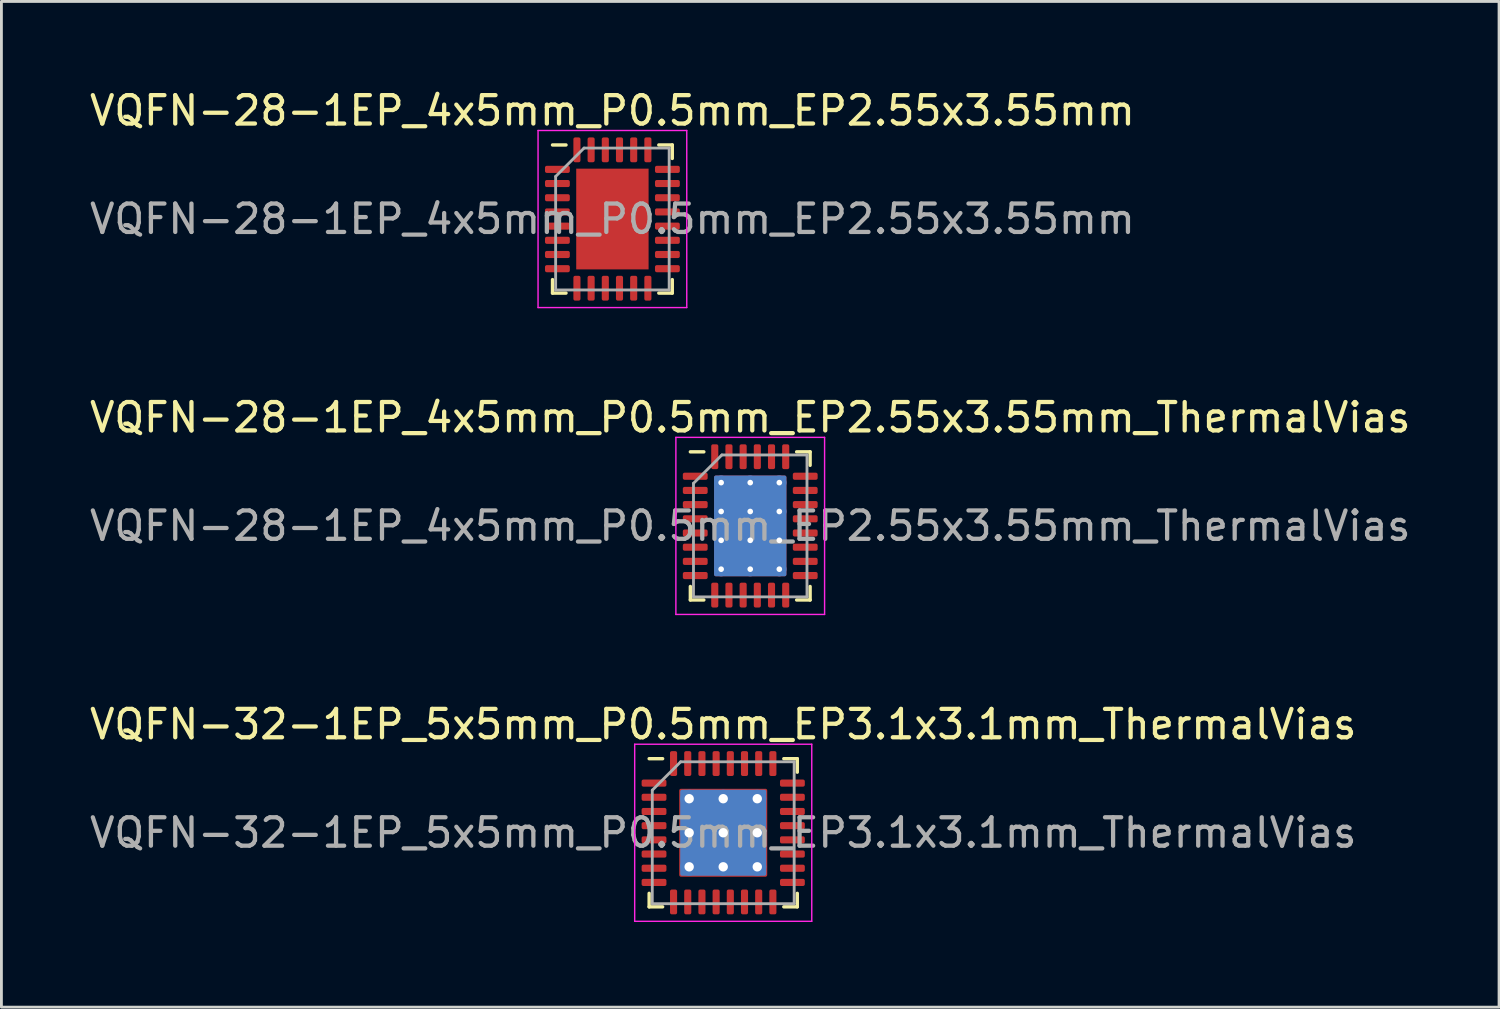
<source format=kicad_pcb>
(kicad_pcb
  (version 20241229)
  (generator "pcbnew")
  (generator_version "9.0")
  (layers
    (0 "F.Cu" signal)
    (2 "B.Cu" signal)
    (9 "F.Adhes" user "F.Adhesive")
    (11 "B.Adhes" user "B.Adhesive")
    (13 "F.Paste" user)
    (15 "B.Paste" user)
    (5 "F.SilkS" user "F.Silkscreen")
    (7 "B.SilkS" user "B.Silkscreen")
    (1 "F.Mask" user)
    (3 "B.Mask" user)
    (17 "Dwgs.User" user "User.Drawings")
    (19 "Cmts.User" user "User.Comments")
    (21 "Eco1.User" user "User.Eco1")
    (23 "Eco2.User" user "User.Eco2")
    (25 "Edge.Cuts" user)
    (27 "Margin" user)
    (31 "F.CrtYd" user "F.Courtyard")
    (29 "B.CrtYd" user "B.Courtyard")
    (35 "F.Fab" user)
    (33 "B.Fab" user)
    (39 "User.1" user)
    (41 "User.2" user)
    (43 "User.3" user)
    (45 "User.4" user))
  (footprint "VQFN-28-1EP_4x5mm_P0.5mm_EP2.55x3.55mm_ThermalVias"
    (layer "F.Cu")
    (at 23.387 15.482)
    (property "Reference" "VQFN-28-1EP_4x5mm_P0.5mm_EP2.55x3.55mm_ThermalVias" (at 0 -3.82 0) (layer "F.SilkS") (effects (font (size 1 1) (thickness 0.15))))
    (attr smd)
    (fp_line (start -2.11 2.61) (end -2.11 2.135) (stroke (width 0.12) (type solid)) (layer "F.SilkS"))
    (fp_line (start -1.635 -2.61) (end -2.11 -2.61) (stroke (width 0.12) (type solid)) (layer "F.SilkS"))
    (fp_line (start -1.635 2.61) (end -2.11 2.61) (stroke (width 0.12) (type solid)) (layer "F.SilkS"))
    (fp_line (start 1.635 -2.61) (end 2.11 -2.61) (stroke (width 0.12) (type solid)) (layer "F.SilkS"))
    (fp_line (start 1.635 2.61) (end 2.11 2.61) (stroke (width 0.12) (type solid)) (layer "F.SilkS"))
    (fp_line (start 2.11 -2.61) (end 2.11 -2.135) (stroke (width 0.12) (type solid)) (layer "F.SilkS"))
    (fp_line (start 2.11 2.61) (end 2.11 2.135) (stroke (width 0.12) (type solid)) (layer "F.SilkS"))
    (fp_line (start -2.62 -3.12) (end -2.62 3.12) (stroke (width 0.05) (type solid)) (layer "F.CrtYd"))
    (fp_line (start -2.62 3.12) (end 2.62 3.12) (stroke (width 0.05) (type solid)) (layer "F.CrtYd"))
    (fp_line (start 2.62 -3.12) (end -2.62 -3.12) (stroke (width 0.05) (type solid)) (layer "F.CrtYd"))
    (fp_line (start 2.62 3.12) (end 2.62 -3.12) (stroke (width 0.05) (type solid)) (layer "F.CrtYd"))
    (fp_line (start -2 -1.5) (end -1 -2.5) (stroke (width 0.1) (type solid)) (layer "F.Fab"))
    (fp_line (start -2 2.5) (end -2 -1.5) (stroke (width 0.1) (type solid)) (layer "F.Fab"))
    (fp_line (start -1 -2.5) (end 2 -2.5) (stroke (width 0.1) (type solid)) (layer "F.Fab"))
    (fp_line (start 2 -2.5) (end 2 2.5) (stroke (width 0.1) (type solid)) (layer "F.Fab"))
    (fp_line (start 2 2.5) (end -2 2.5) (stroke (width 0.1) (type solid)) (layer "F.Fab"))
    (fp_text user "${REFERENCE}" (at 0 0 0) (layer "F.Fab") (effects (font (size 1 1) (thickness 0.15))))
    (pad "" smd roundrect (at -0.635 -1.18) (size 1.03 0.95) (layers "F.Paste") (roundrect_rratio 0.25))
    (pad "" smd roundrect (at -0.635 0) (size 1.03 0.95) (layers "F.Paste") (roundrect_rratio 0.25))
    (pad "" smd roundrect (at -0.635 1.18) (size 1.03 0.95) (layers "F.Paste") (roundrect_rratio 0.25))
    (pad "" smd roundrect (at 0.635 -1.18) (size 1.03 0.95) (layers "F.Paste") (roundrect_rratio 0.25))
    (pad "" smd roundrect (at 0.635 0) (size 1.03 0.95) (layers "F.Paste") (roundrect_rratio 0.25))
    (pad "" smd roundrect (at 0.635 1.18) (size 1.03 0.95) (layers "F.Paste") (roundrect_rratio 0.25))
    (pad "1" smd roundrect (at -1.938 -1.75) (size 0.875 0.25) (layers "F.Cu" "F.Mask" "F.Paste") (roundrect_rratio 0.25))
    (pad "2" smd roundrect (at -1.938 -1.25) (size 0.875 0.25) (layers "F.Cu" "F.Mask" "F.Paste") (roundrect_rratio 0.25))
    (pad "3" smd roundrect (at -1.938 -0.75) (size 0.875 0.25) (layers "F.Cu" "F.Mask" "F.Paste") (roundrect_rratio 0.25))
    (pad "4" smd roundrect (at -1.938 -0.25) (size 0.875 0.25) (layers "F.Cu" "F.Mask" "F.Paste") (roundrect_rratio 0.25))
    (pad "5" smd roundrect (at -1.938 0.25) (size 0.875 0.25) (layers "F.Cu" "F.Mask" "F.Paste") (roundrect_rratio 0.25))
    (pad "6" smd roundrect (at -1.938 0.75) (size 0.875 0.25) (layers "F.Cu" "F.Mask" "F.Paste") (roundrect_rratio 0.25))
    (pad "7" smd roundrect (at -1.938 1.25) (size 0.875 0.25) (layers "F.Cu" "F.Mask" "F.Paste") (roundrect_rratio 0.25))
    (pad "8" smd roundrect (at -1.938 1.75) (size 0.875 0.25) (layers "F.Cu" "F.Mask" "F.Paste") (roundrect_rratio 0.25))
    (pad "9" smd roundrect (at -1.25 2.438) (size 0.25 0.875) (layers "F.Cu" "F.Mask" "F.Paste") (roundrect_rratio 0.25))
    (pad "10" smd roundrect (at -0.75 2.438) (size 0.25 0.875) (layers "F.Cu" "F.Mask" "F.Paste") (roundrect_rratio 0.25))
    (pad "11" smd roundrect (at -0.25 2.438) (size 0.25 0.875) (layers "F.Cu" "F.Mask" "F.Paste") (roundrect_rratio 0.25))
    (pad "12" smd roundrect (at 0.25 2.438) (size 0.25 0.875) (layers "F.Cu" "F.Mask" "F.Paste") (roundrect_rratio 0.25))
    (pad "13" smd roundrect (at 0.75 2.438) (size 0.25 0.875) (layers "F.Cu" "F.Mask" "F.Paste") (roundrect_rratio 0.25))
    (pad "14" smd roundrect (at 1.25 2.438) (size 0.25 0.875) (layers "F.Cu" "F.Mask" "F.Paste") (roundrect_rratio 0.25))
    (pad "15" smd roundrect (at 1.938 1.75) (size 0.875 0.25) (layers "F.Cu" "F.Mask" "F.Paste") (roundrect_rratio 0.25))
    (pad "16" smd roundrect (at 1.938 1.25) (size 0.875 0.25) (layers "F.Cu" "F.Mask" "F.Paste") (roundrect_rratio 0.25))
    (pad "17" smd roundrect (at 1.938 0.75) (size 0.875 0.25) (layers "F.Cu" "F.Mask" "F.Paste") (roundrect_rratio 0.25))
    (pad "18" smd roundrect (at 1.938 0.25) (size 0.875 0.25) (layers "F.Cu" "F.Mask" "F.Paste") (roundrect_rratio 0.25))
    (pad "19" smd roundrect (at 1.938 -0.25) (size 0.875 0.25) (layers "F.Cu" "F.Mask" "F.Paste") (roundrect_rratio 0.25))
    (pad "20" smd roundrect (at 1.938 -0.75) (size 0.875 0.25) (layers "F.Cu" "F.Mask" "F.Paste") (roundrect_rratio 0.25))
    (pad "21" smd roundrect (at 1.938 -1.25) (size 0.875 0.25) (layers "F.Cu" "F.Mask" "F.Paste") (roundrect_rratio 0.25))
    (pad "22" smd roundrect (at 1.938 -1.75) (size 0.875 0.25) (layers "F.Cu" "F.Mask" "F.Paste") (roundrect_rratio 0.25))
    (pad "23" smd roundrect (at 1.25 -2.438) (size 0.25 0.875) (layers "F.Cu" "F.Mask" "F.Paste") (roundrect_rratio 0.25))
    (pad "24" smd roundrect (at 0.75 -2.438) (size 0.25 0.875) (layers "F.Cu" "F.Mask" "F.Paste") (roundrect_rratio 0.25))
    (pad "25" smd roundrect (at 0.25 -2.438) (size 0.25 0.875) (layers "F.Cu" "F.Mask" "F.Paste") (roundrect_rratio 0.25))
    (pad "26" smd roundrect (at -0.25 -2.438) (size 0.25 0.875) (layers "F.Cu" "F.Mask" "F.Paste") (roundrect_rratio 0.25))
    (pad "27" smd roundrect (at -0.75 -2.438) (size 0.25 0.875) (layers "F.Cu" "F.Mask" "F.Paste") (roundrect_rratio 0.25))
    (pad "28" smd roundrect (at -1.25 -2.438) (size 0.25 0.875) (layers "F.Cu" "F.Mask" "F.Paste") (roundrect_rratio 0.25))
    (pad "29" thru_hole circle (at -1.025 -1.525) (size 0.5 0.5) (drill 0.2) (layers "*.Cu"))
    (pad "29" thru_hole circle (at -1.025 -0.508) (size 0.5 0.5) (drill 0.2) (layers "*.Cu"))
    (pad "29" thru_hole circle (at -1.025 0.508) (size 0.5 0.5) (drill 0.2) (layers "*.Cu"))
    (pad "29" thru_hole circle (at -1.025 1.525) (size 0.5 0.5) (drill 0.2) (layers "*.Cu"))
    (pad "29" thru_hole circle (at 0 -1.525) (size 0.5 0.5) (drill 0.2) (layers "*.Cu"))
    (pad "29" thru_hole circle (at 0 -0.508) (size 0.5 0.5) (drill 0.2) (layers "*.Cu"))
    (pad "29" smd roundrect (at 0 0) (size 2.55 3.55) (layers "F.Cu" "F.Mask") (roundrect_rratio 0.025))
    (pad "29" smd roundrect (at 0 0) (size 2.55 3.55) (layers "B.Cu") (roundrect_rratio 0.025))
    (pad "29" thru_hole circle (at 0 0.508) (size 0.5 0.5) (drill 0.2) (layers "*.Cu"))
    (pad "29" thru_hole circle (at 0 1.525) (size 0.5 0.5) (drill 0.2) (layers "*.Cu"))
    (pad "29" thru_hole circle (at 1.025 -1.525) (size 0.5 0.5) (drill 0.2) (layers "*.Cu"))
    (pad "29" thru_hole circle (at 1.025 -0.508) (size 0.5 0.5) (drill 0.2) (layers "*.Cu"))
    (pad "29" thru_hole circle (at 1.025 0.508) (size 0.5 0.5) (drill 0.2) (layers "*.Cu"))
    (pad "29" thru_hole circle (at 1.025 1.525) (size 0.5 0.5) (drill 0.2) (layers "*.Cu")))
  (footprint "VQFN-32-1EP_5x5mm_P0.5mm_EP3.1x3.1mm_ThermalVias"
    (layer "F.Cu")
    (at 22.435 26.295)
    (property "Reference" "VQFN-32-1EP_5x5mm_P0.5mm_EP3.1x3.1mm_ThermalVias" (at 0 -3.82 0) (layer "F.SilkS") (effects (font (size 1 1) (thickness 0.15))))
    (attr smd)
    (fp_line (start -2.61 2.61) (end -2.61 2.135) (stroke (width 0.12) (type solid)) (layer "F.SilkS"))
    (fp_line (start -2.135 -2.61) (end -2.61 -2.61) (stroke (width 0.12) (type solid)) (layer "F.SilkS"))
    (fp_line (start -2.135 2.61) (end -2.61 2.61) (stroke (width 0.12) (type solid)) (layer "F.SilkS"))
    (fp_line (start 2.135 -2.61) (end 2.61 -2.61) (stroke (width 0.12) (type solid)) (layer "F.SilkS"))
    (fp_line (start 2.135 2.61) (end 2.61 2.61) (stroke (width 0.12) (type solid)) (layer "F.SilkS"))
    (fp_line (start 2.61 -2.61) (end 2.61 -2.135) (stroke (width 0.12) (type solid)) (layer "F.SilkS"))
    (fp_line (start 2.61 2.61) (end 2.61 2.135) (stroke (width 0.12) (type solid)) (layer "F.SilkS"))
    (fp_line (start -3.12 -3.12) (end -3.12 3.12) (stroke (width 0.05) (type solid)) (layer "F.CrtYd"))
    (fp_line (start -3.12 3.12) (end 3.12 3.12) (stroke (width 0.05) (type solid)) (layer "F.CrtYd"))
    (fp_line (start 3.12 -3.12) (end -3.12 -3.12) (stroke (width 0.05) (type solid)) (layer "F.CrtYd"))
    (fp_line (start 3.12 3.12) (end 3.12 -3.12) (stroke (width 0.05) (type solid)) (layer "F.CrtYd"))
    (fp_line (start -2.5 -1.5) (end -1.5 -2.5) (stroke (width 0.1) (type solid)) (layer "F.Fab"))
    (fp_line (start -2.5 2.5) (end -2.5 -1.5) (stroke (width 0.1) (type solid)) (layer "F.Fab"))
    (fp_line (start -1.5 -2.5) (end 2.5 -2.5) (stroke (width 0.1) (type solid)) (layer "F.Fab"))
    (fp_line (start 2.5 -2.5) (end 2.5 2.5) (stroke (width 0.1) (type solid)) (layer "F.Fab"))
    (fp_line (start 2.5 2.5) (end -2.5 2.5) (stroke (width 0.1) (type solid)) (layer "F.Fab"))
    (fp_text user "${REFERENCE}" (at 0 0 0) (layer "F.Fab") (effects (font (size 1 1) (thickness 0.15))))
    (pad "" smd roundrect (at -0.775 -0.775) (size 1.3 1.3) (layers "F.Paste") (roundrect_rratio 0.192))
    (pad "" smd roundrect (at -0.775 0.775) (size 1.3 1.3) (layers "F.Paste") (roundrect_rratio 0.192))
    (pad "" smd roundrect (at 0.775 -0.775) (size 1.3 1.3) (layers "F.Paste") (roundrect_rratio 0.192))
    (pad "" smd roundrect (at 0.775 0.775) (size 1.3 1.3) (layers "F.Paste") (roundrect_rratio 0.192))
    (pad "1" smd roundrect (at -2.438 -1.75) (size 0.875 0.25) (layers "F.Cu" "F.Mask" "F.Paste") (roundrect_rratio 0.25))
    (pad "2" smd roundrect (at -2.438 -1.25) (size 0.875 0.25) (layers "F.Cu" "F.Mask" "F.Paste") (roundrect_rratio 0.25))
    (pad "3" smd roundrect (at -2.438 -0.75) (size 0.875 0.25) (layers "F.Cu" "F.Mask" "F.Paste") (roundrect_rratio 0.25))
    (pad "4" smd roundrect (at -2.438 -0.25) (size 0.875 0.25) (layers "F.Cu" "F.Mask" "F.Paste") (roundrect_rratio 0.25))
    (pad "5" smd roundrect (at -2.438 0.25) (size 0.875 0.25) (layers "F.Cu" "F.Mask" "F.Paste") (roundrect_rratio 0.25))
    (pad "6" smd roundrect (at -2.438 0.75) (size 0.875 0.25) (layers "F.Cu" "F.Mask" "F.Paste") (roundrect_rratio 0.25))
    (pad "7" smd roundrect (at -2.438 1.25) (size 0.875 0.25) (layers "F.Cu" "F.Mask" "F.Paste") (roundrect_rratio 0.25))
    (pad "8" smd roundrect (at -2.438 1.75) (size 0.875 0.25) (layers "F.Cu" "F.Mask" "F.Paste") (roundrect_rratio 0.25))
    (pad "9" smd roundrect (at -1.75 2.438) (size 0.25 0.875) (layers "F.Cu" "F.Mask" "F.Paste") (roundrect_rratio 0.25))
    (pad "10" smd roundrect (at -1.25 2.438) (size 0.25 0.875) (layers "F.Cu" "F.Mask" "F.Paste") (roundrect_rratio 0.25))
    (pad "11" smd roundrect (at -0.75 2.438) (size 0.25 0.875) (layers "F.Cu" "F.Mask" "F.Paste") (roundrect_rratio 0.25))
    (pad "12" smd roundrect (at -0.25 2.438) (size 0.25 0.875) (layers "F.Cu" "F.Mask" "F.Paste") (roundrect_rratio 0.25))
    (pad "13" smd roundrect (at 0.25 2.438) (size 0.25 0.875) (layers "F.Cu" "F.Mask" "F.Paste") (roundrect_rratio 0.25))
    (pad "14" smd roundrect (at 0.75 2.438) (size 0.25 0.875) (layers "F.Cu" "F.Mask" "F.Paste") (roundrect_rratio 0.25))
    (pad "15" smd roundrect (at 1.25 2.438) (size 0.25 0.875) (layers "F.Cu" "F.Mask" "F.Paste") (roundrect_rratio 0.25))
    (pad "16" smd roundrect (at 1.75 2.438) (size 0.25 0.875) (layers "F.Cu" "F.Mask" "F.Paste") (roundrect_rratio 0.25))
    (pad "17" smd roundrect (at 2.438 1.75) (size 0.875 0.25) (layers "F.Cu" "F.Mask" "F.Paste") (roundrect_rratio 0.25))
    (pad "18" smd roundrect (at 2.438 1.25) (size 0.875 0.25) (layers "F.Cu" "F.Mask" "F.Paste") (roundrect_rratio 0.25))
    (pad "19" smd roundrect (at 2.438 0.75) (size 0.875 0.25) (layers "F.Cu" "F.Mask" "F.Paste") (roundrect_rratio 0.25))
    (pad "20" smd roundrect (at 2.438 0.25) (size 0.875 0.25) (layers "F.Cu" "F.Mask" "F.Paste") (roundrect_rratio 0.25))
    (pad "21" smd roundrect (at 2.438 -0.25) (size 0.875 0.25) (layers "F.Cu" "F.Mask" "F.Paste") (roundrect_rratio 0.25))
    (pad "22" smd roundrect (at 2.438 -0.75) (size 0.875 0.25) (layers "F.Cu" "F.Mask" "F.Paste") (roundrect_rratio 0.25))
    (pad "23" smd roundrect (at 2.438 -1.25) (size 0.875 0.25) (layers "F.Cu" "F.Mask" "F.Paste") (roundrect_rratio 0.25))
    (pad "24" smd roundrect (at 2.438 -1.75) (size 0.875 0.25) (layers "F.Cu" "F.Mask" "F.Paste") (roundrect_rratio 0.25))
    (pad "25" smd roundrect (at 1.75 -2.438) (size 0.25 0.875) (layers "F.Cu" "F.Mask" "F.Paste") (roundrect_rratio 0.25))
    (pad "26" smd roundrect (at 1.25 -2.438) (size 0.25 0.875) (layers "F.Cu" "F.Mask" "F.Paste") (roundrect_rratio 0.25))
    (pad "27" smd roundrect (at 0.75 -2.438) (size 0.25 0.875) (layers "F.Cu" "F.Mask" "F.Paste") (roundrect_rratio 0.25))
    (pad "28" smd roundrect (at 0.25 -2.438) (size 0.25 0.875) (layers "F.Cu" "F.Mask" "F.Paste") (roundrect_rratio 0.25))
    (pad "29" smd roundrect (at -0.25 -2.438) (size 0.25 0.875) (layers "F.Cu" "F.Mask" "F.Paste") (roundrect_rratio 0.25))
    (pad "30" smd roundrect (at -0.75 -2.438) (size 0.25 0.875) (layers "F.Cu" "F.Mask" "F.Paste") (roundrect_rratio 0.25))
    (pad "31" smd roundrect (at -1.25 -2.438) (size 0.25 0.875) (layers "F.Cu" "F.Mask" "F.Paste") (roundrect_rratio 0.25))
    (pad "32" smd roundrect (at -1.75 -2.438) (size 0.25 0.875) (layers "F.Cu" "F.Mask" "F.Paste") (roundrect_rratio 0.25))
    (pad "33" thru_hole circle (at -1.2 -1.2) (size 0.63 0.63) (drill 0.33) (layers "*.Cu"))
    (pad "33" thru_hole circle (at -1.2 0) (size 0.63 0.63) (drill 0.33) (layers "*.Cu"))
    (pad "33" thru_hole circle (at -1.2 1.2) (size 0.63 0.63) (drill 0.33) (layers "*.Cu"))
    (pad "33" thru_hole circle (at 0 -1.2) (size 0.63 0.63) (drill 0.33) (layers "*.Cu"))
    (pad "33" thru_hole circle (at 0 0) (size 0.63 0.63) (drill 0.33) (layers "*.Cu"))
    (pad "33" smd roundrect (at 0 0) (size 3.03 3.03) (layers "B.Cu") (roundrect_rratio 0.021))
    (pad "33" smd roundrect (at 0 0) (size 3.1 3.1) (layers "F.Cu" "F.Mask") (roundrect_rratio 0.02))
    (pad "33" thru_hole circle (at 0 1.2) (size 0.63 0.63) (drill 0.33) (layers "*.Cu"))
    (pad "33" thru_hole circle (at 1.2 -1.2) (size 0.63 0.63) (drill 0.33) (layers "*.Cu"))
    (pad "33" thru_hole circle (at 1.2 0) (size 0.63 0.63) (drill 0.33) (layers "*.Cu"))
    (pad "33" thru_hole circle (at 1.2 1.2) (size 0.63 0.63) (drill 0.33) (layers "*.Cu")))
  (footprint "VQFN-28-1EP_4x5mm_P0.5mm_EP2.55x3.55mm"
    (layer "F.Cu")
    (at 18.53 4.668)
    (property "Reference" "VQFN-28-1EP_4x5mm_P0.5mm_EP2.55x3.55mm" (at 0 -3.82 0) (layer "F.SilkS") (effects (font (size 1 1) (thickness 0.15))))
    (attr smd)
    (fp_line (start -2.11 2.61) (end -2.11 2.135) (stroke (width 0.12) (type solid)) (layer "F.SilkS"))
    (fp_line (start -1.635 -2.61) (end -2.11 -2.61) (stroke (width 0.12) (type solid)) (layer "F.SilkS"))
    (fp_line (start -1.635 2.61) (end -2.11 2.61) (stroke (width 0.12) (type solid)) (layer "F.SilkS"))
    (fp_line (start 1.635 -2.61) (end 2.11 -2.61) (stroke (width 0.12) (type solid)) (layer "F.SilkS"))
    (fp_line (start 1.635 2.61) (end 2.11 2.61) (stroke (width 0.12) (type solid)) (layer "F.SilkS"))
    (fp_line (start 2.11 -2.61) (end 2.11 -2.135) (stroke (width 0.12) (type solid)) (layer "F.SilkS"))
    (fp_line (start 2.11 2.61) (end 2.11 2.135) (stroke (width 0.12) (type solid)) (layer "F.SilkS"))
    (fp_line (start -2.62 -3.12) (end -2.62 3.12) (stroke (width 0.05) (type solid)) (layer "F.CrtYd"))
    (fp_line (start -2.62 3.12) (end 2.62 3.12) (stroke (width 0.05) (type solid)) (layer "F.CrtYd"))
    (fp_line (start 2.62 -3.12) (end -2.62 -3.12) (stroke (width 0.05) (type solid)) (layer "F.CrtYd"))
    (fp_line (start 2.62 3.12) (end 2.62 -3.12) (stroke (width 0.05) (type solid)) (layer "F.CrtYd"))
    (fp_line (start -2 -1.5) (end -1 -2.5) (stroke (width 0.1) (type solid)) (layer "F.Fab"))
    (fp_line (start -2 2.5) (end -2 -1.5) (stroke (width 0.1) (type solid)) (layer "F.Fab"))
    (fp_line (start -1 -2.5) (end 2 -2.5) (stroke (width 0.1) (type solid)) (layer "F.Fab"))
    (fp_line (start 2 -2.5) (end 2 2.5) (stroke (width 0.1) (type solid)) (layer "F.Fab"))
    (fp_line (start 2 2.5) (end -2 2.5) (stroke (width 0.1) (type solid)) (layer "F.Fab"))
    (fp_text user "${REFERENCE}" (at 0 0 0) (layer "F.Fab") (effects (font (size 1 1) (thickness 0.15))))
    (pad "" smd roundrect (at -0.635 -1.18) (size 1.03 0.95) (layers "F.Paste") (roundrect_rratio 0.25))
    (pad "" smd roundrect (at -0.635 0) (size 1.03 0.95) (layers "F.Paste") (roundrect_rratio 0.25))
    (pad "" smd roundrect (at -0.635 1.18) (size 1.03 0.95) (layers "F.Paste") (roundrect_rratio 0.25))
    (pad "" smd roundrect (at 0.635 -1.18) (size 1.03 0.95) (layers "F.Paste") (roundrect_rratio 0.25))
    (pad "" smd roundrect (at 0.635 0) (size 1.03 0.95) (layers "F.Paste") (roundrect_rratio 0.25))
    (pad "" smd roundrect (at 0.635 1.18) (size 1.03 0.95) (layers "F.Paste") (roundrect_rratio 0.25))
    (pad "1" smd roundrect (at -1.938 -1.75) (size 0.875 0.25) (layers "F.Cu" "F.Mask" "F.Paste") (roundrect_rratio 0.25))
    (pad "2" smd roundrect (at -1.938 -1.25) (size 0.875 0.25) (layers "F.Cu" "F.Mask" "F.Paste") (roundrect_rratio 0.25))
    (pad "3" smd roundrect (at -1.938 -0.75) (size 0.875 0.25) (layers "F.Cu" "F.Mask" "F.Paste") (roundrect_rratio 0.25))
    (pad "4" smd roundrect (at -1.938 -0.25) (size 0.875 0.25) (layers "F.Cu" "F.Mask" "F.Paste") (roundrect_rratio 0.25))
    (pad "5" smd roundrect (at -1.938 0.25) (size 0.875 0.25) (layers "F.Cu" "F.Mask" "F.Paste") (roundrect_rratio 0.25))
    (pad "6" smd roundrect (at -1.938 0.75) (size 0.875 0.25) (layers "F.Cu" "F.Mask" "F.Paste") (roundrect_rratio 0.25))
    (pad "7" smd roundrect (at -1.938 1.25) (size 0.875 0.25) (layers "F.Cu" "F.Mask" "F.Paste") (roundrect_rratio 0.25))
    (pad "8" smd roundrect (at -1.938 1.75) (size 0.875 0.25) (layers "F.Cu" "F.Mask" "F.Paste") (roundrect_rratio 0.25))
    (pad "9" smd roundrect (at -1.25 2.438) (size 0.25 0.875) (layers "F.Cu" "F.Mask" "F.Paste") (roundrect_rratio 0.25))
    (pad "10" smd roundrect (at -0.75 2.438) (size 0.25 0.875) (layers "F.Cu" "F.Mask" "F.Paste") (roundrect_rratio 0.25))
    (pad "11" smd roundrect (at -0.25 2.438) (size 0.25 0.875) (layers "F.Cu" "F.Mask" "F.Paste") (roundrect_rratio 0.25))
    (pad "12" smd roundrect (at 0.25 2.438) (size 0.25 0.875) (layers "F.Cu" "F.Mask" "F.Paste") (roundrect_rratio 0.25))
    (pad "13" smd roundrect (at 0.75 2.438) (size 0.25 0.875) (layers "F.Cu" "F.Mask" "F.Paste") (roundrect_rratio 0.25))
    (pad "14" smd roundrect (at 1.25 2.438) (size 0.25 0.875) (layers "F.Cu" "F.Mask" "F.Paste") (roundrect_rratio 0.25))
    (pad "15" smd roundrect (at 1.938 1.75) (size 0.875 0.25) (layers "F.Cu" "F.Mask" "F.Paste") (roundrect_rratio 0.25))
    (pad "16" smd roundrect (at 1.938 1.25) (size 0.875 0.25) (layers "F.Cu" "F.Mask" "F.Paste") (roundrect_rratio 0.25))
    (pad "17" smd roundrect (at 1.938 0.75) (size 0.875 0.25) (layers "F.Cu" "F.Mask" "F.Paste") (roundrect_rratio 0.25))
    (pad "18" smd roundrect (at 1.938 0.25) (size 0.875 0.25) (layers "F.Cu" "F.Mask" "F.Paste") (roundrect_rratio 0.25))
    (pad "19" smd roundrect (at 1.938 -0.25) (size 0.875 0.25) (layers "F.Cu" "F.Mask" "F.Paste") (roundrect_rratio 0.25))
    (pad "20" smd roundrect (at 1.938 -0.75) (size 0.875 0.25) (layers "F.Cu" "F.Mask" "F.Paste") (roundrect_rratio 0.25))
    (pad "21" smd roundrect (at 1.938 -1.25) (size 0.875 0.25) (layers "F.Cu" "F.Mask" "F.Paste") (roundrect_rratio 0.25))
    (pad "22" smd roundrect (at 1.938 -1.75) (size 0.875 0.25) (layers "F.Cu" "F.Mask" "F.Paste") (roundrect_rratio 0.25))
    (pad "23" smd roundrect (at 1.25 -2.438) (size 0.25 0.875) (layers "F.Cu" "F.Mask" "F.Paste") (roundrect_rratio 0.25))
    (pad "24" smd roundrect (at 0.75 -2.438) (size 0.25 0.875) (layers "F.Cu" "F.Mask" "F.Paste") (roundrect_rratio 0.25))
    (pad "25" smd roundrect (at 0.25 -2.438) (size 0.25 0.875) (layers "F.Cu" "F.Mask" "F.Paste") (roundrect_rratio 0.25))
    (pad "26" smd roundrect (at -0.25 -2.438) (size 0.25 0.875) (layers "F.Cu" "F.Mask" "F.Paste") (roundrect_rratio 0.25))
    (pad "27" smd roundrect (at -0.75 -2.438) (size 0.25 0.875) (layers "F.Cu" "F.Mask" "F.Paste") (roundrect_rratio 0.25))
    (pad "28" smd roundrect (at -1.25 -2.438) (size 0.25 0.875) (layers "F.Cu" "F.Mask" "F.Paste") (roundrect_rratio 0.25))
    (pad "29" smd rect (at 0 0) (size 2.55 3.55) (layers "F.Cu" "F.Mask")))
  (gr_rect
    (start -3 -3)
    (end 49.774 32.44)
    (stroke (width 0.1) (type default))
    (fill no)
    (layer "Edge.Cuts")))
</source>
